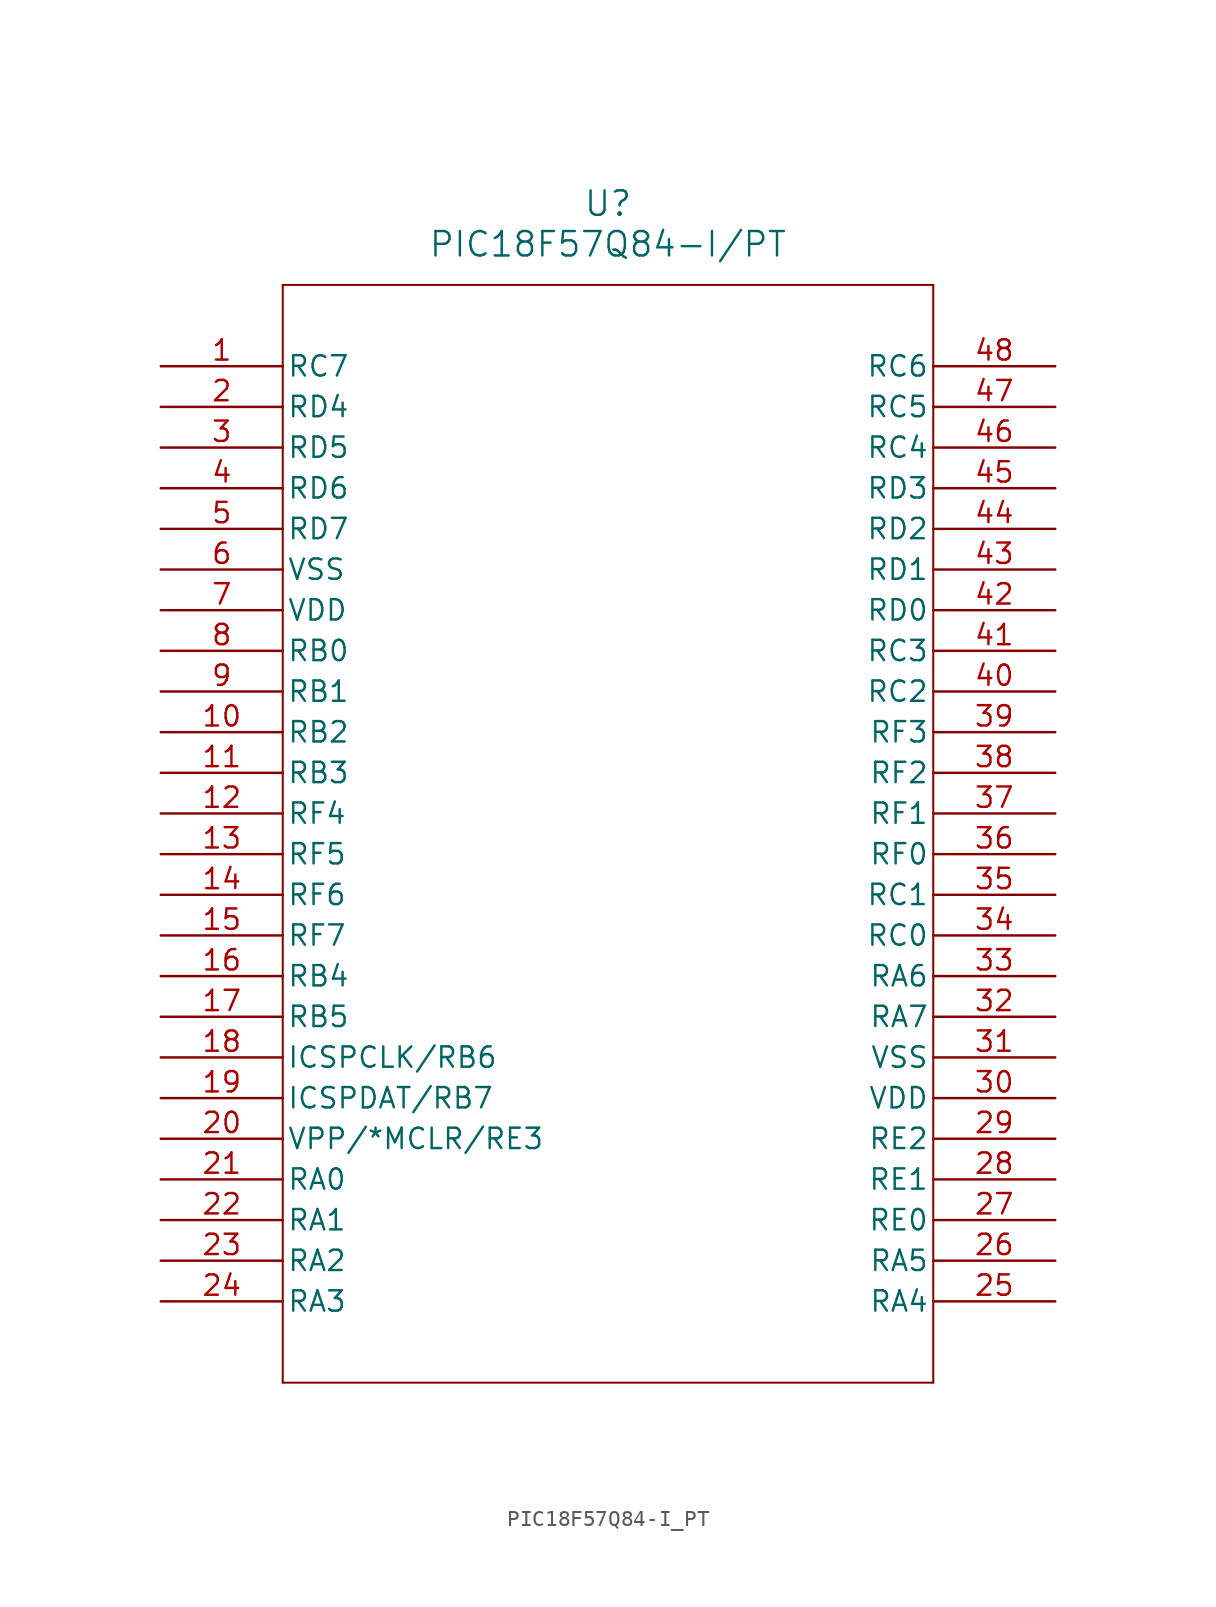
<source format=kicad_sym>
(kicad_symbol_lib
  (version 20211014)
  (generator kicad_symbol_editor)
  (symbol "PIC18F57Q84-I_PT"
    (pin_names
      (offset 0.254))
    (property "Reference" "U"
      (at 27.94 10.16 0)
      (effects (font (size 1.524 1.524))))
    (property "Value" "PIC18F57Q84-I/PT"
      (at 27.94 7.62 0)
      (effects (font (size 1.524 1.524))))
    (symbol "PIC18F57Q84-I_PT_0_1"
      (polyline (pts (xy 7.62 5.08) (xy 7.62 -63.5)) (stroke (width 0.127) (type default) (color 0 0 0 0)) (fill (type none)))
      (polyline (pts (xy 7.62 -63.5) (xy 48.26 -63.5)) (stroke (width 0.127) (type default) (color 0 0 0 0)) (fill (type none)))
      (polyline (pts (xy 48.26 -63.5) (xy 48.26 5.08)) (stroke (width 0.127) (type default) (color 0 0 0 0)) (fill (type none)))
      (polyline (pts (xy 48.26 5.08) (xy 7.62 5.08)) (stroke (width 0.127) (type default) (color 0 0 0 0)) (fill (type none)))
      (pin bidirectional line (at 0 0 0) (length 7.62) (name "RC7" (effects (font (size 1.27 1.27)))) (number "1" (effects (font (size 1.27 1.27)))))
      (pin bidirectional line (at 0 -2.54 0) (length 7.62) (name "RD4" (effects (font (size 1.27 1.27)))) (number "2" (effects (font (size 1.27 1.27)))))
      (pin bidirectional line (at 0 -5.08 0) (length 7.62) (name "RD5" (effects (font (size 1.27 1.27)))) (number "3" (effects (font (size 1.27 1.27)))))
      (pin bidirectional line (at 0 -7.62 0) (length 7.62) (name "RD6" (effects (font (size 1.27 1.27)))) (number "4" (effects (font (size 1.27 1.27)))))
      (pin bidirectional line (at 0 -10.16 0) (length 7.62) (name "RD7" (effects (font (size 1.27 1.27)))) (number "5" (effects (font (size 1.27 1.27)))))
      (pin power_out line (at 0 -12.7 0) (length 7.62) (name "VSS" (effects (font (size 1.27 1.27)))) (number "6" (effects (font (size 1.27 1.27)))))
      (pin power_in line (at 0 -15.24 0) (length 7.62) (name "VDD" (effects (font (size 1.27 1.27)))) (number "7" (effects (font (size 1.27 1.27)))))
      (pin bidirectional line (at 0 -17.78 0) (length 7.62) (name "RB0" (effects (font (size 1.27 1.27)))) (number "8" (effects (font (size 1.27 1.27)))))
      (pin bidirectional line (at 0 -20.32 0) (length 7.62) (name "RB1" (effects (font (size 1.27 1.27)))) (number "9" (effects (font (size 1.27 1.27)))))
      (pin bidirectional line (at 0 -22.86 0) (length 7.62) (name "RB2" (effects (font (size 1.27 1.27)))) (number "10" (effects (font (size 1.27 1.27)))))
      (pin bidirectional line (at 0 -25.4 0) (length 7.62) (name "RB3" (effects (font (size 1.27 1.27)))) (number "11" (effects (font (size 1.27 1.27)))))
      (pin bidirectional line (at 0 -27.94 0) (length 7.62) (name "RF4" (effects (font (size 1.27 1.27)))) (number "12" (effects (font (size 1.27 1.27)))))
      (pin bidirectional line (at 0 -30.48 0) (length 7.62) (name "RF5" (effects (font (size 1.27 1.27)))) (number "13" (effects (font (size 1.27 1.27)))))
      (pin bidirectional line (at 0 -33.02 0) (length 7.62) (name "RF6" (effects (font (size 1.27 1.27)))) (number "14" (effects (font (size 1.27 1.27)))))
      (pin bidirectional line (at 0 -35.56 0) (length 7.62) (name "RF7" (effects (font (size 1.27 1.27)))) (number "15" (effects (font (size 1.27 1.27)))))
      (pin bidirectional line (at 0 -38.1 0) (length 7.62) (name "RB4" (effects (font (size 1.27 1.27)))) (number "16" (effects (font (size 1.27 1.27)))))
      (pin bidirectional line (at 0 -40.64 0) (length 7.62) (name "RB5" (effects (font (size 1.27 1.27)))) (number "17" (effects (font (size 1.27 1.27)))))
      (pin bidirectional line (at 0 -43.18 0) (length 7.62) (name "ICSPCLK/RB6" (effects (font (size 1.27 1.27)))) (number "18" (effects (font (size 1.27 1.27)))))
      (pin bidirectional line (at 0 -45.72 0) (length 7.62) (name "ICSPDAT/RB7" (effects (font (size 1.27 1.27)))) (number "19" (effects (font (size 1.27 1.27)))))
      (pin bidirectional line (at 0 -48.26 0) (length 7.62) (name "VPP/*MCLR/RE3" (effects (font (size 1.27 1.27)))) (number "20" (effects (font (size 1.27 1.27)))))
      (pin bidirectional line (at 0 -50.8 0) (length 7.62) (name "RA0" (effects (font (size 1.27 1.27)))) (number "21" (effects (font (size 1.27 1.27)))))
      (pin bidirectional line (at 0 -53.34 0) (length 7.62) (name "RA1" (effects (font (size 1.27 1.27)))) (number "22" (effects (font (size 1.27 1.27)))))
      (pin bidirectional line (at 0 -55.88 0) (length 7.62) (name "RA2" (effects (font (size 1.27 1.27)))) (number "23" (effects (font (size 1.27 1.27)))))
      (pin bidirectional line (at 0 -58.42 0) (length 7.62) (name "RA3" (effects (font (size 1.27 1.27)))) (number "24" (effects (font (size 1.27 1.27)))))
      (pin bidirectional line (at 55.88 -58.42 180) (length 7.62) (name "RA4" (effects (font (size 1.27 1.27)))) (number "25" (effects (font (size 1.27 1.27)))))
      (pin bidirectional line (at 55.88 -55.88 180) (length 7.62) (name "RA5" (effects (font (size 1.27 1.27)))) (number "26" (effects (font (size 1.27 1.27)))))
      (pin bidirectional line (at 55.88 -53.34 180) (length 7.62) (name "RE0" (effects (font (size 1.27 1.27)))) (number "27" (effects (font (size 1.27 1.27)))))
      (pin bidirectional line (at 55.88 -50.8 180) (length 7.62) (name "RE1" (effects (font (size 1.27 1.27)))) (number "28" (effects (font (size 1.27 1.27)))))
      (pin bidirectional line (at 55.88 -48.26 180) (length 7.62) (name "RE2" (effects (font (size 1.27 1.27)))) (number "29" (effects (font (size 1.27 1.27)))))
      (pin power_in line (at 55.88 -45.72 180) (length 7.62) (name "VDD" (effects (font (size 1.27 1.27)))) (number "30" (effects (font (size 1.27 1.27)))))
      (pin power_out line (at 55.88 -43.18 180) (length 7.62) (name "VSS" (effects (font (size 1.27 1.27)))) (number "31" (effects (font (size 1.27 1.27)))))
      (pin bidirectional line (at 55.88 -40.64 180) (length 7.62) (name "RA7" (effects (font (size 1.27 1.27)))) (number "32" (effects (font (size 1.27 1.27)))))
      (pin bidirectional line (at 55.88 -38.1 180) (length 7.62) (name "RA6" (effects (font (size 1.27 1.27)))) (number "33" (effects (font (size 1.27 1.27)))))
      (pin bidirectional line (at 55.88 -35.56 180) (length 7.62) (name "RC0" (effects (font (size 1.27 1.27)))) (number "34" (effects (font (size 1.27 1.27)))))
      (pin bidirectional line (at 55.88 -33.02 180) (length 7.62) (name "RC1" (effects (font (size 1.27 1.27)))) (number "35" (effects (font (size 1.27 1.27)))))
      (pin bidirectional line (at 55.88 -30.48 180) (length 7.62) (name "RF0" (effects (font (size 1.27 1.27)))) (number "36" (effects (font (size 1.27 1.27)))))
      (pin bidirectional line (at 55.88 -27.94 180) (length 7.62) (name "RF1" (effects (font (size 1.27 1.27)))) (number "37" (effects (font (size 1.27 1.27)))))
      (pin bidirectional line (at 55.88 -25.4 180) (length 7.62) (name "RF2" (effects (font (size 1.27 1.27)))) (number "38" (effects (font (size 1.27 1.27)))))
      (pin bidirectional line (at 55.88 -22.86 180) (length 7.62) (name "RF3" (effects (font (size 1.27 1.27)))) (number "39" (effects (font (size 1.27 1.27)))))
      (pin bidirectional line (at 55.88 -20.32 180) (length 7.62) (name "RC2" (effects (font (size 1.27 1.27)))) (number "40" (effects (font (size 1.27 1.27)))))
      (pin bidirectional line (at 55.88 -17.78 180) (length 7.62) (name "RC3" (effects (font (size 1.27 1.27)))) (number "41" (effects (font (size 1.27 1.27)))))
      (pin bidirectional line (at 55.88 -15.24 180) (length 7.62) (name "RD0" (effects (font (size 1.27 1.27)))) (number "42" (effects (font (size 1.27 1.27)))))
      (pin bidirectional line (at 55.88 -12.7 180) (length 7.62) (name "RD1" (effects (font (size 1.27 1.27)))) (number "43" (effects (font (size 1.27 1.27)))))
      (pin bidirectional line (at 55.88 -10.16 180) (length 7.62) (name "RD2" (effects (font (size 1.27 1.27)))) (number "44" (effects (font (size 1.27 1.27)))))
      (pin bidirectional line (at 55.88 -7.62 180) (length 7.62) (name "RD3" (effects (font (size 1.27 1.27)))) (number "45" (effects (font (size 1.27 1.27)))))
      (pin bidirectional line (at 55.88 -5.08 180) (length 7.62) (name "RC4" (effects (font (size 1.27 1.27)))) (number "46" (effects (font (size 1.27 1.27)))))
      (pin bidirectional line (at 55.88 -2.54 180) (length 7.62) (name "RC5" (effects (font (size 1.27 1.27)))) (number "47" (effects (font (size 1.27 1.27)))))
      (pin bidirectional line (at 55.88 0 180) (length 7.62) (name "RC6" (effects (font (size 1.27 1.27)))) (number "48" (effects (font (size 1.27 1.27))))))))
</source>
